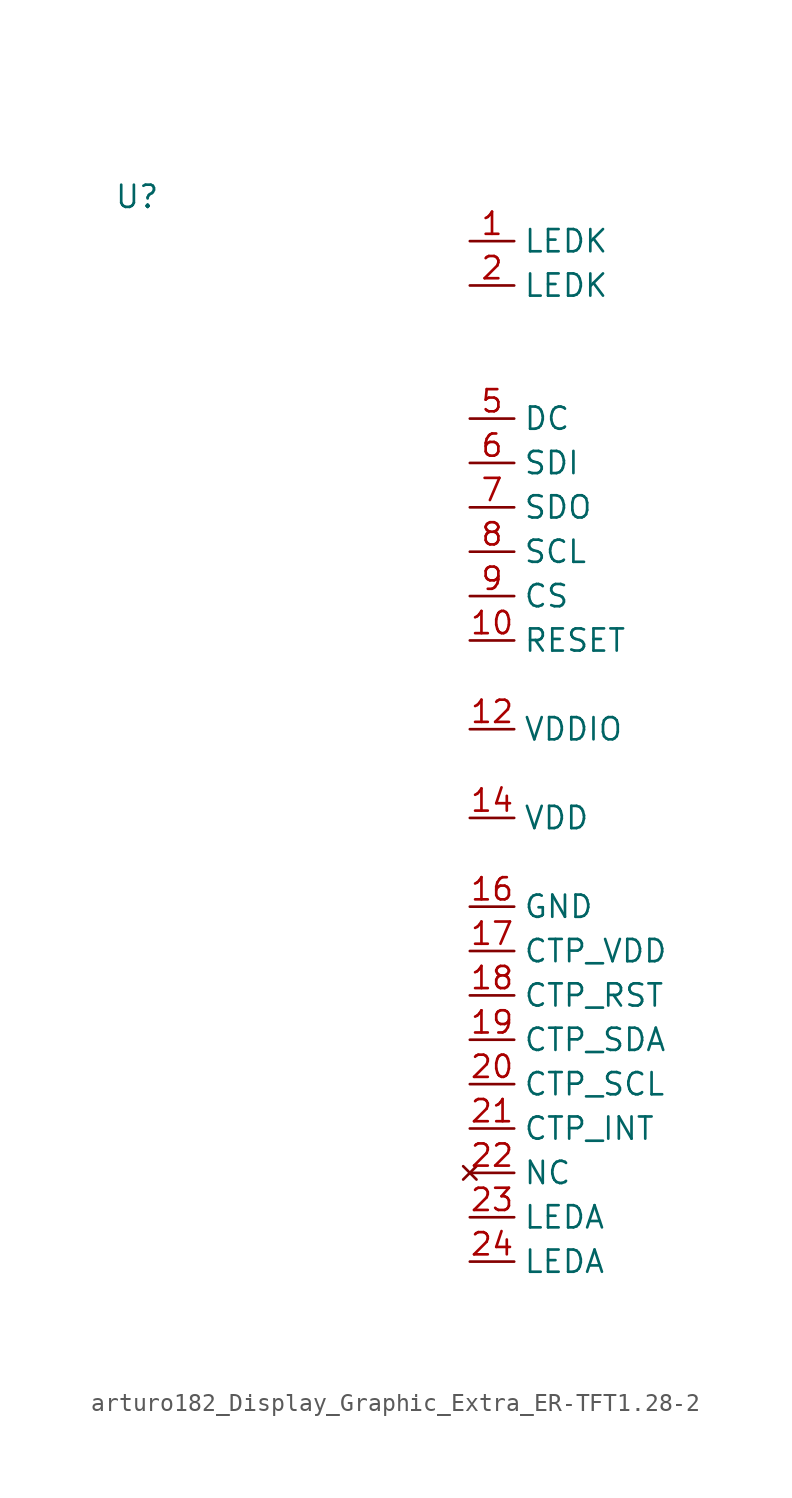
<source format=kicad_sym>
(kicad_symbol_lib
  (version 20220914)
  (generator kicad_symbol_editor)
  (symbol "arturo182_Display_Graphic_Extra_ER-TFT1.28-2"
    (property "Reference" "U"
      (at -19.05 2.54 0)
      (effects (font (size 1.27 1.27))))
    (property "Value" ""
      (at 0 0 0)
      (effects (font (size 1.27 1.27))))
    (symbol "arturo182_Display_Graphic_Extra_ER-TFT1.28-2_0_0"
      (pin unspecified line (at 0 0 0) (length 2.54) (name "LEDK" (effects (font (size 1.27 1.27)))) (number "1" (effects (font (size 1.27 1.27)))))
      (pin unspecified line (at 0 -22.86 0) (length 2.54) (name "RESET" (effects (font (size 1.27 1.27)))) (number "10" (effects (font (size 1.27 1.27)))))
      (pin passive line (at 0 -25.4 0) (length 2.54) hide (name "VDDIO" (effects (font (size 1.27 1.27)))) (number "11" (effects (font (size 1.27 1.27)))))
      (pin power_in line (at 0 -27.94 0) (length 2.54) (name "VDDIO" (effects (font (size 1.27 1.27)))) (number "12" (effects (font (size 1.27 1.27)))))
      (pin passive line (at 0 -30.48 0) (length 2.54) hide (name "VDD" (effects (font (size 1.27 1.27)))) (number "13" (effects (font (size 1.27 1.27)))))
      (pin power_in line (at 0 -33.02 0) (length 2.54) (name "VDD" (effects (font (size 1.27 1.27)))) (number "14" (effects (font (size 1.27 1.27)))))
      (pin passive line (at 0 -35.56 0) (length 2.54) hide (name "GND" (effects (font (size 1.27 1.27)))) (number "15" (effects (font (size 1.27 1.27)))))
      (pin power_in line (at 0 -38.1 0) (length 2.54) (name "GND" (effects (font (size 1.27 1.27)))) (number "16" (effects (font (size 1.27 1.27)))))
      (pin power_in line (at 0 -40.64 0) (length 2.54) (name "CTP_VDD" (effects (font (size 1.27 1.27)))) (number "17" (effects (font (size 1.27 1.27)))))
      (pin unspecified line (at 0 -43.18 0) (length 2.54) (name "CTP_RST" (effects (font (size 1.27 1.27)))) (number "18" (effects (font (size 1.27 1.27)))))
      (pin unspecified line (at 0 -45.72 0) (length 2.54) (name "CTP_SDA" (effects (font (size 1.27 1.27)))) (number "19" (effects (font (size 1.27 1.27)))))
      (pin unspecified line (at 0 -2.54 0) (length 2.54) (name "LEDK" (effects (font (size 1.27 1.27)))) (number "2" (effects (font (size 1.27 1.27)))))
      (pin unspecified line (at 0 -48.26 0) (length 2.54) (name "CTP_SCL" (effects (font (size 1.27 1.27)))) (number "20" (effects (font (size 1.27 1.27)))))
      (pin unspecified line (at 0 -50.8 0) (length 2.54) (name "CTP_INT" (effects (font (size 1.27 1.27)))) (number "21" (effects (font (size 1.27 1.27)))))
      (pin no_connect line (at 0 -53.34 0) (length 2.54) (name "NC" (effects (font (size 1.27 1.27)))) (number "22" (effects (font (size 1.27 1.27)))))
      (pin unspecified line (at 0 -55.88 0) (length 2.54) (name "LEDA" (effects (font (size 1.27 1.27)))) (number "23" (effects (font (size 1.27 1.27)))))
      (pin unspecified line (at 0 -58.42 0) (length 2.54) (name "LEDA" (effects (font (size 1.27 1.27)))) (number "24" (effects (font (size 1.27 1.27)))))
      (pin passive line (at 0 -5.08 0) (length 2.54) hide (name "GND" (effects (font (size 1.27 1.27)))) (number "3" (effects (font (size 1.27 1.27)))))
      (pin passive line (at 0 -7.62 0) (length 2.54) hide (name "GND" (effects (font (size 1.27 1.27)))) (number "4" (effects (font (size 1.27 1.27)))))
      (pin unspecified line (at 0 -10.16 0) (length 2.54) (name "DC" (effects (font (size 1.27 1.27)))) (number "5" (effects (font (size 1.27 1.27)))))
      (pin unspecified line (at 0 -12.7 0) (length 2.54) (name "SDI" (effects (font (size 1.27 1.27)))) (number "6" (effects (font (size 1.27 1.27)))))
      (pin unspecified line (at 0 -15.24 0) (length 2.54) (name "SDO" (effects (font (size 1.27 1.27)))) (number "7" (effects (font (size 1.27 1.27)))))
      (pin unspecified line (at 0 -17.78 0) (length 2.54) (name "SCL" (effects (font (size 1.27 1.27)))) (number "8" (effects (font (size 1.27 1.27)))))
      (pin unspecified line (at 0 -20.32 0) (length 2.54) (name "CS" (effects (font (size 1.27 1.27)))) (number "9" (effects (font (size 1.27 1.27))))))))
</source>
